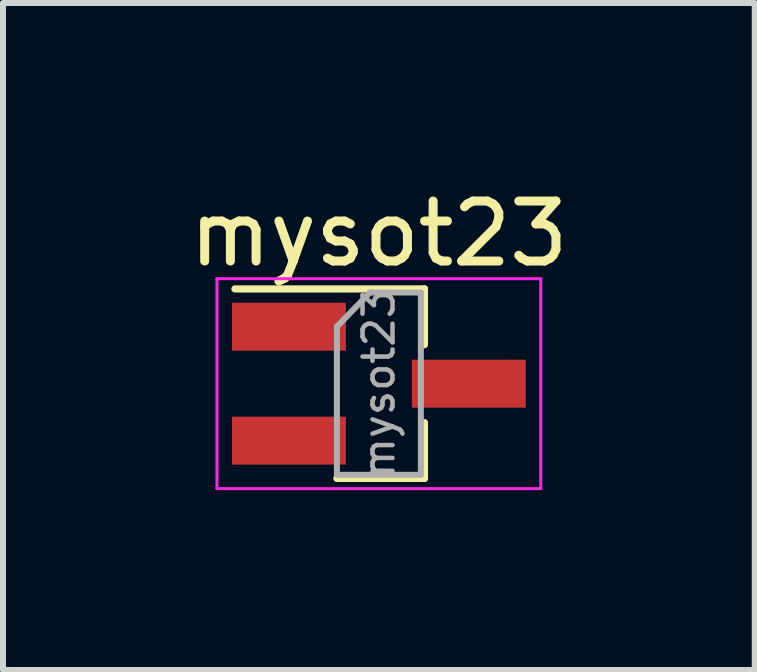
<source format=kicad_pcb>
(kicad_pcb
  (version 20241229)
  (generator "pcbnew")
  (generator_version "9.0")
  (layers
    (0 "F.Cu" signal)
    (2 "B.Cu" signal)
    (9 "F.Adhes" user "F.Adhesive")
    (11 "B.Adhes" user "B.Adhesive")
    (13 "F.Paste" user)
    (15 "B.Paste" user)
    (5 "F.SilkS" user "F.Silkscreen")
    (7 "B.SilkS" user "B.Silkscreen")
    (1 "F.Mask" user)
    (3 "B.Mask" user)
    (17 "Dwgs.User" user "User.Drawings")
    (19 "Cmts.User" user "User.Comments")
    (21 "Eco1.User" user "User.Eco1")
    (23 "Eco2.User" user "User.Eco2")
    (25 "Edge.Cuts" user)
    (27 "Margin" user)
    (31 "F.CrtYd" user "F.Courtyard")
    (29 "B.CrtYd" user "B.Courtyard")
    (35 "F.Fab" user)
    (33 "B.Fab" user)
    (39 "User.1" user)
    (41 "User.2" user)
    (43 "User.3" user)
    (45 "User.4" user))
  (footprint "mysot23"
    (layer "F.Cu")
    (at 3.268 1.548)
    (property "Reference" "mysot23" (at 0 -0.7 0) (layer "F.SilkS") (effects (font (size 1 1) (thickness 0.15))))
    (attr smd)
    (fp_line (start 0.76 0.22) (end -2.4 0.22) (stroke (width 0.12) (type solid)) (layer "F.SilkS"))
    (fp_line (start 0.76 0.22) (end 0.76 1.15) (stroke (width 0.12) (type solid)) (layer "F.SilkS"))
    (fp_line (start 0.76 3.38) (end -0.7 3.38) (stroke (width 0.12) (type solid)) (layer "F.SilkS"))
    (fp_line (start 0.76 3.38) (end 0.76 2.45) (stroke (width 0.12) (type solid)) (layer "F.SilkS"))
    (fp_line (start -2.7 0.05) (end 2.7 0.05) (stroke (width 0.05) (type solid)) (layer "F.CrtYd"))
    (fp_line (start -2.7 3.55) (end -2.7 0.05) (stroke (width 0.05) (type solid)) (layer "F.CrtYd"))
    (fp_line (start 2.7 0.05) (end 2.7 3.55) (stroke (width 0.05) (type solid)) (layer "F.CrtYd"))
    (fp_line (start 2.7 3.55) (end -2.7 3.55) (stroke (width 0.05) (type solid)) (layer "F.CrtYd"))
    (fp_line (start -0.7 0.85) (end -0.7 3.3) (stroke (width 0.1) (type solid)) (layer "F.Fab"))
    (fp_line (start -0.7 0.85) (end -0.15 0.28) (stroke (width 0.1) (type solid)) (layer "F.Fab"))
    (fp_line (start -0.7 3.32) (end 0.7 3.32) (stroke (width 0.1) (type solid)) (layer "F.Fab"))
    (fp_line (start -0.15 0.28) (end 0.7 0.28) (stroke (width 0.1) (type solid)) (layer "F.Fab"))
    (fp_line (start 0.7 0.28) (end 0.7 3.32) (stroke (width 0.1) (type solid)) (layer "F.Fab"))
    (fp_text user "${REFERENCE}" (at 0 1.8 90) (layer "F.Fab") (effects (font (size 0.5 0.5) (thickness 0.075))))
    (pad "1" smd rect (at -1.5 0.85) (size 1.9 0.8) (layers "F.Cu" "F.Mask" "F.Paste"))
    (pad "2" smd rect (at -1.5 2.75) (size 1.9 0.8) (layers "F.Cu" "F.Mask" "F.Paste"))
    (pad "3" smd rect (at 1.5 1.8) (size 1.9 0.8) (layers "F.Cu" "F.Mask" "F.Paste")))
  (gr_rect
    (start -3 -3)
    (end 9.536 8.123)
    (stroke (width 0.1) (type default))
    (fill no)
    (layer "Edge.Cuts")))
</source>
